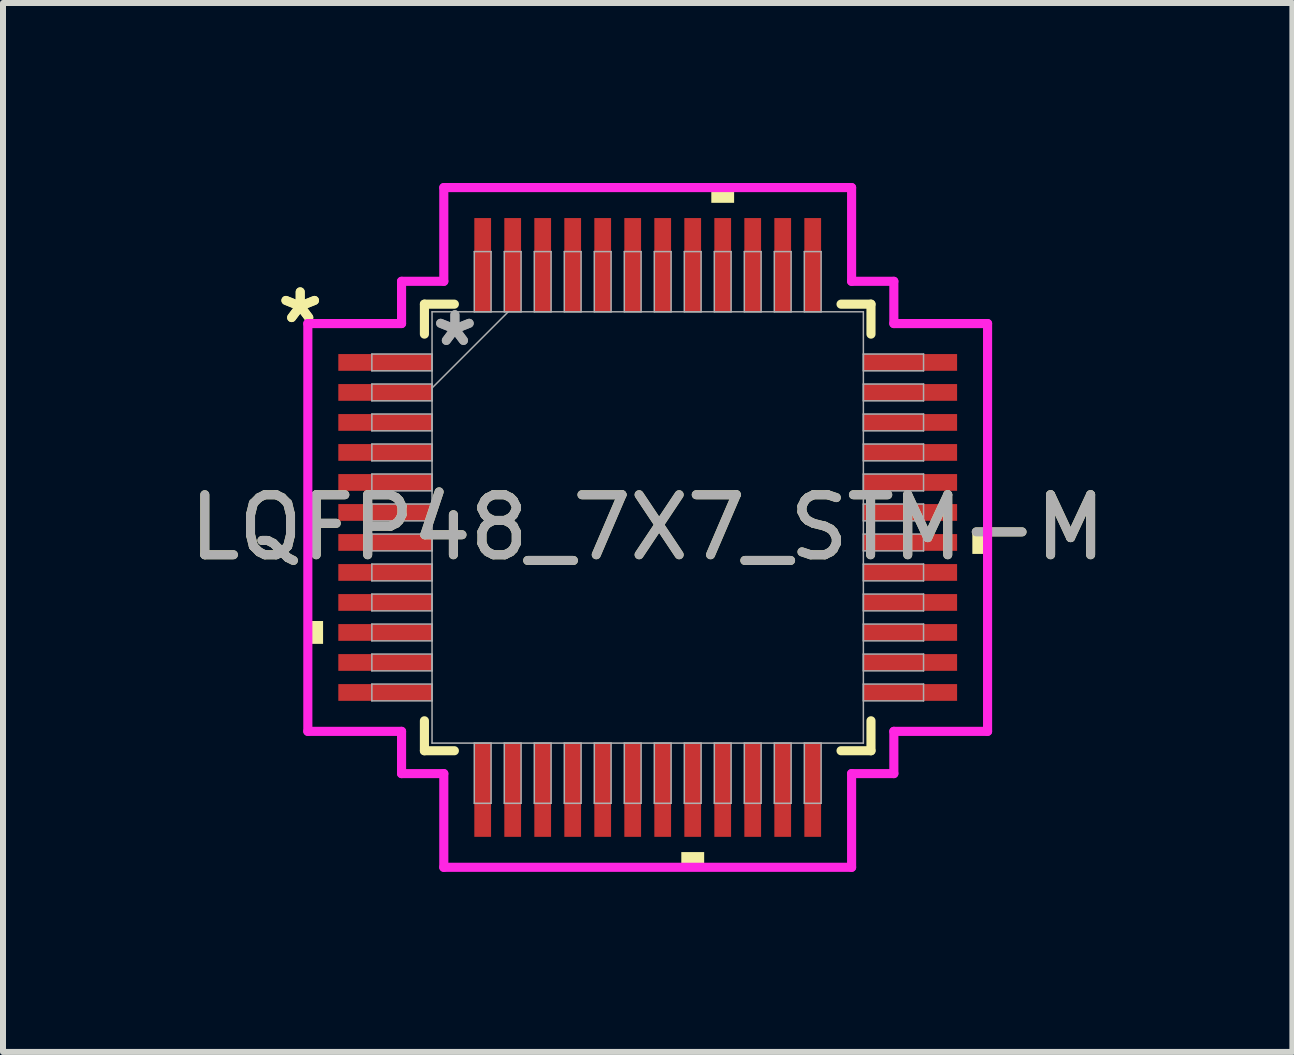
<source format=kicad_pcb>
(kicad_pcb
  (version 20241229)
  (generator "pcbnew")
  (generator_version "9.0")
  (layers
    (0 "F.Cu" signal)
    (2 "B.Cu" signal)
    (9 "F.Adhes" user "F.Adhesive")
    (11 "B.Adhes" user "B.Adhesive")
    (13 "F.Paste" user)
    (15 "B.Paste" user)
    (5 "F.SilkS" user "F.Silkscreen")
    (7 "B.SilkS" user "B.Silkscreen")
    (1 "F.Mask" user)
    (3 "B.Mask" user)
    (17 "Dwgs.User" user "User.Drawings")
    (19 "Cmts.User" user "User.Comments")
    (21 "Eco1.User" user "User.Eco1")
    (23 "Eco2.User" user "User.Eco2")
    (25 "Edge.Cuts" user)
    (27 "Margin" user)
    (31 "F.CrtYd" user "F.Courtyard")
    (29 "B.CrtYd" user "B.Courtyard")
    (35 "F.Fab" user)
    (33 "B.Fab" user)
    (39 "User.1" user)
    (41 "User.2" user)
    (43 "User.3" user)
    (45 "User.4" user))
  (footprint "LQFP48_7X7_STM-M"
    (layer "F.Cu")
    (at 7.744 5.74)
    (property "Reference" "LQFP48_7X7_STM-M" (at 0 0 0) (unlocked yes) (layer "F.SilkS") (effects (font (size 1 1) (thickness 0.15))))
    (attr smd)
    (fp_line (start -3.721 -3.721) (end -3.721 -3.222) (stroke (width 0.152) (type solid)) (layer "F.SilkS"))
    (fp_line (start -3.721 3.222) (end -3.721 3.721) (stroke (width 0.152) (type solid)) (layer "F.SilkS"))
    (fp_line (start -3.721 3.721) (end -3.222 3.721) (stroke (width 0.152) (type solid)) (layer "F.SilkS"))
    (fp_line (start -3.222 -3.721) (end -3.721 -3.721) (stroke (width 0.152) (type solid)) (layer "F.SilkS"))
    (fp_line (start 3.222 3.721) (end 3.721 3.721) (stroke (width 0.152) (type solid)) (layer "F.SilkS"))
    (fp_line (start 3.721 -3.721) (end 3.222 -3.721) (stroke (width 0.152) (type solid)) (layer "F.SilkS"))
    (fp_line (start 3.721 -3.222) (end 3.721 -3.721) (stroke (width 0.152) (type solid)) (layer "F.SilkS"))
    (fp_line (start 3.721 3.721) (end 3.721 3.222) (stroke (width 0.152) (type solid)) (layer "F.SilkS"))
    (fp_poly (pts (xy -5.664 1.559) (xy -5.664 1.94) (xy -5.41 1.94) (xy -5.41 1.559)) (stroke (width 0) (type solid)) (fill yes) (layer "F.SilkS"))
    (fp_poly (pts (xy 0.56 5.41) (xy 0.56 5.664) (xy 0.941 5.664) (xy 0.941 5.41)) (stroke (width 0) (type solid)) (fill yes) (layer "F.SilkS"))
    (fp_poly (pts (xy 1.06 -5.41) (xy 1.06 -5.664) (xy 1.44 -5.664) (xy 1.44 -5.41)) (stroke (width 0) (type solid)) (fill yes) (layer "F.SilkS"))
    (fp_poly (pts (xy 5.664 0.059) (xy 5.664 0.441) (xy 5.41 0.441) (xy 5.41 0.059)) (stroke (width 0) (type solid)) (fill yes) (layer "F.SilkS"))
    (fp_line (start -5.664 -3.398) (end -4.102 -3.398) (stroke (width 0.152) (type solid)) (layer "F.CrtYd"))
    (fp_line (start -5.664 3.398) (end -5.664 -3.398) (stroke (width 0.152) (type solid)) (layer "F.CrtYd"))
    (fp_line (start -4.102 -4.102) (end -3.398 -4.102) (stroke (width 0.152) (type solid)) (layer "F.CrtYd"))
    (fp_line (start -4.102 -3.398) (end -4.102 -4.102) (stroke (width 0.152) (type solid)) (layer "F.CrtYd"))
    (fp_line (start -4.102 3.398) (end -5.664 3.398) (stroke (width 0.152) (type solid)) (layer "F.CrtYd"))
    (fp_line (start -4.102 4.102) (end -4.102 3.398) (stroke (width 0.152) (type solid)) (layer "F.CrtYd"))
    (fp_line (start -4.102 4.102) (end -3.398 4.102) (stroke (width 0.152) (type solid)) (layer "F.CrtYd"))
    (fp_line (start -3.398 -5.664) (end 3.398 -5.664) (stroke (width 0.152) (type solid)) (layer "F.CrtYd"))
    (fp_line (start -3.398 -4.102) (end -3.398 -5.664) (stroke (width 0.152) (type solid)) (layer "F.CrtYd"))
    (fp_line (start -3.398 4.102) (end -3.398 5.664) (stroke (width 0.152) (type solid)) (layer "F.CrtYd"))
    (fp_line (start -3.398 5.664) (end 3.398 5.664) (stroke (width 0.152) (type solid)) (layer "F.CrtYd"))
    (fp_line (start 3.398 -5.664) (end 3.398 -4.102) (stroke (width 0.152) (type solid)) (layer "F.CrtYd"))
    (fp_line (start 3.398 -4.102) (end 4.102 -4.102) (stroke (width 0.152) (type solid)) (layer "F.CrtYd"))
    (fp_line (start 3.398 4.102) (end 4.102 4.102) (stroke (width 0.152) (type solid)) (layer "F.CrtYd"))
    (fp_line (start 3.398 5.664) (end 3.398 4.102) (stroke (width 0.152) (type solid)) (layer "F.CrtYd"))
    (fp_line (start 4.102 -3.398) (end 4.102 -4.102) (stroke (width 0.152) (type solid)) (layer "F.CrtYd"))
    (fp_line (start 4.102 3.398) (end 5.664 3.398) (stroke (width 0.152) (type solid)) (layer "F.CrtYd"))
    (fp_line (start 4.102 4.102) (end 4.102 3.398) (stroke (width 0.152) (type solid)) (layer "F.CrtYd"))
    (fp_line (start 5.664 -3.398) (end 4.102 -3.398) (stroke (width 0.152) (type solid)) (layer "F.CrtYd"))
    (fp_line (start 5.664 3.398) (end 5.664 -3.398) (stroke (width 0.152) (type solid)) (layer "F.CrtYd"))
    (fp_line (start -4.597 -2.89) (end -4.597 -2.61) (stroke (width 0.025) (type solid)) (layer "F.Fab"))
    (fp_line (start -4.597 -2.61) (end -3.594 -2.61) (stroke (width 0.025) (type solid)) (layer "F.Fab"))
    (fp_line (start -4.597 -2.39) (end -4.597 -2.11) (stroke (width 0.025) (type solid)) (layer "F.Fab"))
    (fp_line (start -4.597 -2.11) (end -3.594 -2.11) (stroke (width 0.025) (type solid)) (layer "F.Fab"))
    (fp_line (start -4.597 -1.89) (end -4.597 -1.61) (stroke (width 0.025) (type solid)) (layer "F.Fab"))
    (fp_line (start -4.597 -1.61) (end -3.594 -1.61) (stroke (width 0.025) (type solid)) (layer "F.Fab"))
    (fp_line (start -4.597 -1.39) (end -4.597 -1.11) (stroke (width 0.025) (type solid)) (layer "F.Fab"))
    (fp_line (start -4.597 -1.11) (end -3.594 -1.11) (stroke (width 0.025) (type solid)) (layer "F.Fab"))
    (fp_line (start -4.597 -0.89) (end -4.597 -0.61) (stroke (width 0.025) (type solid)) (layer "F.Fab"))
    (fp_line (start -4.597 -0.61) (end -3.594 -0.61) (stroke (width 0.025) (type solid)) (layer "F.Fab"))
    (fp_line (start -4.597 -0.39) (end -4.597 -0.11) (stroke (width 0.025) (type solid)) (layer "F.Fab"))
    (fp_line (start -4.597 -0.11) (end -3.594 -0.11) (stroke (width 0.025) (type solid)) (layer "F.Fab"))
    (fp_line (start -4.597 0.11) (end -4.597 0.39) (stroke (width 0.025) (type solid)) (layer "F.Fab"))
    (fp_line (start -4.597 0.39) (end -3.594 0.39) (stroke (width 0.025) (type solid)) (layer "F.Fab"))
    (fp_line (start -4.597 0.61) (end -4.597 0.89) (stroke (width 0.025) (type solid)) (layer "F.Fab"))
    (fp_line (start -4.597 0.89) (end -3.594 0.89) (stroke (width 0.025) (type solid)) (layer "F.Fab"))
    (fp_line (start -4.597 1.11) (end -4.597 1.39) (stroke (width 0.025) (type solid)) (layer "F.Fab"))
    (fp_line (start -4.597 1.39) (end -3.594 1.39) (stroke (width 0.025) (type solid)) (layer "F.Fab"))
    (fp_line (start -4.597 1.61) (end -4.597 1.89) (stroke (width 0.025) (type solid)) (layer "F.Fab"))
    (fp_line (start -4.597 1.89) (end -3.594 1.89) (stroke (width 0.025) (type solid)) (layer "F.Fab"))
    (fp_line (start -4.597 2.11) (end -4.597 2.39) (stroke (width 0.025) (type solid)) (layer "F.Fab"))
    (fp_line (start -4.597 2.39) (end -3.594 2.39) (stroke (width 0.025) (type solid)) (layer "F.Fab"))
    (fp_line (start -4.597 2.61) (end -4.597 2.89) (stroke (width 0.025) (type solid)) (layer "F.Fab"))
    (fp_line (start -4.597 2.89) (end -3.594 2.89) (stroke (width 0.025) (type solid)) (layer "F.Fab"))
    (fp_line (start -3.594 -3.594) (end -3.594 3.594) (stroke (width 0.025) (type solid)) (layer "F.Fab"))
    (fp_line (start -3.594 -2.89) (end -4.597 -2.89) (stroke (width 0.025) (type solid)) (layer "F.Fab"))
    (fp_line (start -3.594 -2.61) (end -3.594 -2.89) (stroke (width 0.025) (type solid)) (layer "F.Fab"))
    (fp_line (start -3.594 -2.39) (end -4.597 -2.39) (stroke (width 0.025) (type solid)) (layer "F.Fab"))
    (fp_line (start -3.594 -2.324) (end -2.324 -3.594) (stroke (width 0.025) (type solid)) (layer "F.Fab"))
    (fp_line (start -3.594 -2.11) (end -3.594 -2.39) (stroke (width 0.025) (type solid)) (layer "F.Fab"))
    (fp_line (start -3.594 -1.89) (end -4.597 -1.89) (stroke (width 0.025) (type solid)) (layer "F.Fab"))
    (fp_line (start -3.594 -1.61) (end -3.594 -1.89) (stroke (width 0.025) (type solid)) (layer "F.Fab"))
    (fp_line (start -3.594 -1.39) (end -4.597 -1.39) (stroke (width 0.025) (type solid)) (layer "F.Fab"))
    (fp_line (start -3.594 -1.11) (end -3.594 -1.39) (stroke (width 0.025) (type solid)) (layer "F.Fab"))
    (fp_line (start -3.594 -0.89) (end -4.597 -0.89) (stroke (width 0.025) (type solid)) (layer "F.Fab"))
    (fp_line (start -3.594 -0.61) (end -3.594 -0.89) (stroke (width 0.025) (type solid)) (layer "F.Fab"))
    (fp_line (start -3.594 -0.39) (end -4.597 -0.39) (stroke (width 0.025) (type solid)) (layer "F.Fab"))
    (fp_line (start -3.594 -0.11) (end -3.594 -0.39) (stroke (width 0.025) (type solid)) (layer "F.Fab"))
    (fp_line (start -3.594 0.11) (end -4.597 0.11) (stroke (width 0.025) (type solid)) (layer "F.Fab"))
    (fp_line (start -3.594 0.39) (end -3.594 0.11) (stroke (width 0.025) (type solid)) (layer "F.Fab"))
    (fp_line (start -3.594 0.61) (end -4.597 0.61) (stroke (width 0.025) (type solid)) (layer "F.Fab"))
    (fp_line (start -3.594 0.89) (end -3.594 0.61) (stroke (width 0.025) (type solid)) (layer "F.Fab"))
    (fp_line (start -3.594 1.11) (end -4.597 1.11) (stroke (width 0.025) (type solid)) (layer "F.Fab"))
    (fp_line (start -3.594 1.39) (end -3.594 1.11) (stroke (width 0.025) (type solid)) (layer "F.Fab"))
    (fp_line (start -3.594 1.61) (end -4.597 1.61) (stroke (width 0.025) (type solid)) (layer "F.Fab"))
    (fp_line (start -3.594 1.89) (end -3.594 1.61) (stroke (width 0.025) (type solid)) (layer "F.Fab"))
    (fp_line (start -3.594 2.11) (end -4.597 2.11) (stroke (width 0.025) (type solid)) (layer "F.Fab"))
    (fp_line (start -3.594 2.39) (end -3.594 2.11) (stroke (width 0.025) (type solid)) (layer "F.Fab"))
    (fp_line (start -3.594 2.61) (end -4.597 2.61) (stroke (width 0.025) (type solid)) (layer "F.Fab"))
    (fp_line (start -3.594 2.89) (end -3.594 2.61) (stroke (width 0.025) (type solid)) (layer "F.Fab"))
    (fp_line (start -3.594 3.594) (end 3.594 3.594) (stroke (width 0.025) (type solid)) (layer "F.Fab"))
    (fp_line (start -2.89 -4.597) (end -2.89 -3.594) (stroke (width 0.025) (type solid)) (layer "F.Fab"))
    (fp_line (start -2.89 -3.594) (end -2.61 -3.594) (stroke (width 0.025) (type solid)) (layer "F.Fab"))
    (fp_line (start -2.89 3.594) (end -2.89 4.597) (stroke (width 0.025) (type solid)) (layer "F.Fab"))
    (fp_line (start -2.89 4.597) (end -2.61 4.597) (stroke (width 0.025) (type solid)) (layer "F.Fab"))
    (fp_line (start -2.61 -4.597) (end -2.89 -4.597) (stroke (width 0.025) (type solid)) (layer "F.Fab"))
    (fp_line (start -2.61 -3.594) (end -2.61 -4.597) (stroke (width 0.025) (type solid)) (layer "F.Fab"))
    (fp_line (start -2.61 3.594) (end -2.89 3.594) (stroke (width 0.025) (type solid)) (layer "F.Fab"))
    (fp_line (start -2.61 4.597) (end -2.61 3.594) (stroke (width 0.025) (type solid)) (layer "F.Fab"))
    (fp_line (start -2.39 -4.597) (end -2.39 -3.594) (stroke (width 0.025) (type solid)) (layer "F.Fab"))
    (fp_line (start -2.39 -3.594) (end -2.11 -3.594) (stroke (width 0.025) (type solid)) (layer "F.Fab"))
    (fp_line (start -2.39 3.594) (end -2.39 4.597) (stroke (width 0.025) (type solid)) (layer "F.Fab"))
    (fp_line (start -2.39 4.597) (end -2.11 4.597) (stroke (width 0.025) (type solid)) (layer "F.Fab"))
    (fp_line (start -2.11 -4.597) (end -2.39 -4.597) (stroke (width 0.025) (type solid)) (layer "F.Fab"))
    (fp_line (start -2.11 -3.594) (end -2.11 -4.597) (stroke (width 0.025) (type solid)) (layer "F.Fab"))
    (fp_line (start -2.11 3.594) (end -2.39 3.594) (stroke (width 0.025) (type solid)) (layer "F.Fab"))
    (fp_line (start -2.11 4.597) (end -2.11 3.594) (stroke (width 0.025) (type solid)) (layer "F.Fab"))
    (fp_line (start -1.89 -4.597) (end -1.89 -3.594) (stroke (width 0.025) (type solid)) (layer "F.Fab"))
    (fp_line (start -1.89 -3.594) (end -1.61 -3.594) (stroke (width 0.025) (type solid)) (layer "F.Fab"))
    (fp_line (start -1.89 3.594) (end -1.89 4.597) (stroke (width 0.025) (type solid)) (layer "F.Fab"))
    (fp_line (start -1.89 4.597) (end -1.61 4.597) (stroke (width 0.025) (type solid)) (layer "F.Fab"))
    (fp_line (start -1.61 -4.597) (end -1.89 -4.597) (stroke (width 0.025) (type solid)) (layer "F.Fab"))
    (fp_line (start -1.61 -3.594) (end -1.61 -4.597) (stroke (width 0.025) (type solid)) (layer "F.Fab"))
    (fp_line (start -1.61 3.594) (end -1.89 3.594) (stroke (width 0.025) (type solid)) (layer "F.Fab"))
    (fp_line (start -1.61 4.597) (end -1.61 3.594) (stroke (width 0.025) (type solid)) (layer "F.Fab"))
    (fp_line (start -1.39 -4.597) (end -1.39 -3.594) (stroke (width 0.025) (type solid)) (layer "F.Fab"))
    (fp_line (start -1.39 -3.594) (end -1.11 -3.594) (stroke (width 0.025) (type solid)) (layer "F.Fab"))
    (fp_line (start -1.39 3.594) (end -1.39 4.597) (stroke (width 0.025) (type solid)) (layer "F.Fab"))
    (fp_line (start -1.39 4.597) (end -1.11 4.597) (stroke (width 0.025) (type solid)) (layer "F.Fab"))
    (fp_line (start -1.11 -4.597) (end -1.39 -4.597) (stroke (width 0.025) (type solid)) (layer "F.Fab"))
    (fp_line (start -1.11 -3.594) (end -1.11 -4.597) (stroke (width 0.025) (type solid)) (layer "F.Fab"))
    (fp_line (start -1.11 3.594) (end -1.39 3.594) (stroke (width 0.025) (type solid)) (layer "F.Fab"))
    (fp_line (start -1.11 4.597) (end -1.11 3.594) (stroke (width 0.025) (type solid)) (layer "F.Fab"))
    (fp_line (start -0.89 -4.597) (end -0.89 -3.594) (stroke (width 0.025) (type solid)) (layer "F.Fab"))
    (fp_line (start -0.89 -3.594) (end -0.61 -3.594) (stroke (width 0.025) (type solid)) (layer "F.Fab"))
    (fp_line (start -0.89 3.594) (end -0.89 4.597) (stroke (width 0.025) (type solid)) (layer "F.Fab"))
    (fp_line (start -0.89 4.597) (end -0.61 4.597) (stroke (width 0.025) (type solid)) (layer "F.Fab"))
    (fp_line (start -0.61 -4.597) (end -0.89 -4.597) (stroke (width 0.025) (type solid)) (layer "F.Fab"))
    (fp_line (start -0.61 -3.594) (end -0.61 -4.597) (stroke (width 0.025) (type solid)) (layer "F.Fab"))
    (fp_line (start -0.61 3.594) (end -0.89 3.594) (stroke (width 0.025) (type solid)) (layer "F.Fab"))
    (fp_line (start -0.61 4.597) (end -0.61 3.594) (stroke (width 0.025) (type solid)) (layer "F.Fab"))
    (fp_line (start -0.39 -4.597) (end -0.39 -3.594) (stroke (width 0.025) (type solid)) (layer "F.Fab"))
    (fp_line (start -0.39 -3.594) (end -0.11 -3.594) (stroke (width 0.025) (type solid)) (layer "F.Fab"))
    (fp_line (start -0.39 3.594) (end -0.39 4.597) (stroke (width 0.025) (type solid)) (layer "F.Fab"))
    (fp_line (start -0.39 4.597) (end -0.11 4.597) (stroke (width 0.025) (type solid)) (layer "F.Fab"))
    (fp_line (start -0.11 -4.597) (end -0.39 -4.597) (stroke (width 0.025) (type solid)) (layer "F.Fab"))
    (fp_line (start -0.11 -3.594) (end -0.11 -4.597) (stroke (width 0.025) (type solid)) (layer "F.Fab"))
    (fp_line (start -0.11 3.594) (end -0.39 3.594) (stroke (width 0.025) (type solid)) (layer "F.Fab"))
    (fp_line (start -0.11 4.597) (end -0.11 3.594) (stroke (width 0.025) (type solid)) (layer "F.Fab"))
    (fp_line (start 0.11 -4.597) (end 0.11 -3.594) (stroke (width 0.025) (type solid)) (layer "F.Fab"))
    (fp_line (start 0.11 -3.594) (end 0.39 -3.594) (stroke (width 0.025) (type solid)) (layer "F.Fab"))
    (fp_line (start 0.11 3.594) (end 0.11 4.597) (stroke (width 0.025) (type solid)) (layer "F.Fab"))
    (fp_line (start 0.11 4.597) (end 0.39 4.597) (stroke (width 0.025) (type solid)) (layer "F.Fab"))
    (fp_line (start 0.39 -4.597) (end 0.11 -4.597) (stroke (width 0.025) (type solid)) (layer "F.Fab"))
    (fp_line (start 0.39 -3.594) (end 0.39 -4.597) (stroke (width 0.025) (type solid)) (layer "F.Fab"))
    (fp_line (start 0.39 3.594) (end 0.11 3.594) (stroke (width 0.025) (type solid)) (layer "F.Fab"))
    (fp_line (start 0.39 4.597) (end 0.39 3.594) (stroke (width 0.025) (type solid)) (layer "F.Fab"))
    (fp_line (start 0.61 -4.597) (end 0.61 -3.594) (stroke (width 0.025) (type solid)) (layer "F.Fab"))
    (fp_line (start 0.61 -3.594) (end 0.89 -3.594) (stroke (width 0.025) (type solid)) (layer "F.Fab"))
    (fp_line (start 0.61 3.594) (end 0.61 4.597) (stroke (width 0.025) (type solid)) (layer "F.Fab"))
    (fp_line (start 0.61 4.597) (end 0.89 4.597) (stroke (width 0.025) (type solid)) (layer "F.Fab"))
    (fp_line (start 0.89 -4.597) (end 0.61 -4.597) (stroke (width 0.025) (type solid)) (layer "F.Fab"))
    (fp_line (start 0.89 -3.594) (end 0.89 -4.597) (stroke (width 0.025) (type solid)) (layer "F.Fab"))
    (fp_line (start 0.89 3.594) (end 0.61 3.594) (stroke (width 0.025) (type solid)) (layer "F.Fab"))
    (fp_line (start 0.89 4.597) (end 0.89 3.594) (stroke (width 0.025) (type solid)) (layer "F.Fab"))
    (fp_line (start 1.11 -4.597) (end 1.11 -3.594) (stroke (width 0.025) (type solid)) (layer "F.Fab"))
    (fp_line (start 1.11 -3.594) (end 1.39 -3.594) (stroke (width 0.025) (type solid)) (layer "F.Fab"))
    (fp_line (start 1.11 3.594) (end 1.11 4.597) (stroke (width 0.025) (type solid)) (layer "F.Fab"))
    (fp_line (start 1.11 4.597) (end 1.39 4.597) (stroke (width 0.025) (type solid)) (layer "F.Fab"))
    (fp_line (start 1.39 -4.597) (end 1.11 -4.597) (stroke (width 0.025) (type solid)) (layer "F.Fab"))
    (fp_line (start 1.39 -3.594) (end 1.39 -4.597) (stroke (width 0.025) (type solid)) (layer "F.Fab"))
    (fp_line (start 1.39 3.594) (end 1.11 3.594) (stroke (width 0.025) (type solid)) (layer "F.Fab"))
    (fp_line (start 1.39 4.597) (end 1.39 3.594) (stroke (width 0.025) (type solid)) (layer "F.Fab"))
    (fp_line (start 1.61 -4.597) (end 1.61 -3.594) (stroke (width 0.025) (type solid)) (layer "F.Fab"))
    (fp_line (start 1.61 -3.594) (end 1.89 -3.594) (stroke (width 0.025) (type solid)) (layer "F.Fab"))
    (fp_line (start 1.61 3.594) (end 1.61 4.597) (stroke (width 0.025) (type solid)) (layer "F.Fab"))
    (fp_line (start 1.61 4.597) (end 1.89 4.597) (stroke (width 0.025) (type solid)) (layer "F.Fab"))
    (fp_line (start 1.89 -4.597) (end 1.61 -4.597) (stroke (width 0.025) (type solid)) (layer "F.Fab"))
    (fp_line (start 1.89 -3.594) (end 1.89 -4.597) (stroke (width 0.025) (type solid)) (layer "F.Fab"))
    (fp_line (start 1.89 3.594) (end 1.61 3.594) (stroke (width 0.025) (type solid)) (layer "F.Fab"))
    (fp_line (start 1.89 4.597) (end 1.89 3.594) (stroke (width 0.025) (type solid)) (layer "F.Fab"))
    (fp_line (start 2.11 -4.597) (end 2.11 -3.594) (stroke (width 0.025) (type solid)) (layer "F.Fab"))
    (fp_line (start 2.11 -3.594) (end 2.39 -3.594) (stroke (width 0.025) (type solid)) (layer "F.Fab"))
    (fp_line (start 2.11 3.594) (end 2.11 4.597) (stroke (width 0.025) (type solid)) (layer "F.Fab"))
    (fp_line (start 2.11 4.597) (end 2.39 4.597) (stroke (width 0.025) (type solid)) (layer "F.Fab"))
    (fp_line (start 2.39 -4.597) (end 2.11 -4.597) (stroke (width 0.025) (type solid)) (layer "F.Fab"))
    (fp_line (start 2.39 -3.594) (end 2.39 -4.597) (stroke (width 0.025) (type solid)) (layer "F.Fab"))
    (fp_line (start 2.39 3.594) (end 2.11 3.594) (stroke (width 0.025) (type solid)) (layer "F.Fab"))
    (fp_line (start 2.39 4.597) (end 2.39 3.594) (stroke (width 0.025) (type solid)) (layer "F.Fab"))
    (fp_line (start 2.61 -4.597) (end 2.61 -3.594) (stroke (width 0.025) (type solid)) (layer "F.Fab"))
    (fp_line (start 2.61 -3.594) (end 2.89 -3.594) (stroke (width 0.025) (type solid)) (layer "F.Fab"))
    (fp_line (start 2.61 3.594) (end 2.61 4.597) (stroke (width 0.025) (type solid)) (layer "F.Fab"))
    (fp_line (start 2.61 4.597) (end 2.89 4.597) (stroke (width 0.025) (type solid)) (layer "F.Fab"))
    (fp_line (start 2.89 -4.597) (end 2.61 -4.597) (stroke (width 0.025) (type solid)) (layer "F.Fab"))
    (fp_line (start 2.89 -3.594) (end 2.89 -4.597) (stroke (width 0.025) (type solid)) (layer "F.Fab"))
    (fp_line (start 2.89 3.594) (end 2.61 3.594) (stroke (width 0.025) (type solid)) (layer "F.Fab"))
    (fp_line (start 2.89 4.597) (end 2.89 3.594) (stroke (width 0.025) (type solid)) (layer "F.Fab"))
    (fp_line (start 3.594 -3.594) (end -3.594 -3.594) (stroke (width 0.025) (type solid)) (layer "F.Fab"))
    (fp_line (start 3.594 -2.89) (end 3.594 -2.61) (stroke (width 0.025) (type solid)) (layer "F.Fab"))
    (fp_line (start 3.594 -2.61) (end 4.597 -2.61) (stroke (width 0.025) (type solid)) (layer "F.Fab"))
    (fp_line (start 3.594 -2.39) (end 3.594 -2.11) (stroke (width 0.025) (type solid)) (layer "F.Fab"))
    (fp_line (start 3.594 -2.11) (end 4.597 -2.11) (stroke (width 0.025) (type solid)) (layer "F.Fab"))
    (fp_line (start 3.594 -1.89) (end 3.594 -1.61) (stroke (width 0.025) (type solid)) (layer "F.Fab"))
    (fp_line (start 3.594 -1.61) (end 4.597 -1.61) (stroke (width 0.025) (type solid)) (layer "F.Fab"))
    (fp_line (start 3.594 -1.39) (end 3.594 -1.11) (stroke (width 0.025) (type solid)) (layer "F.Fab"))
    (fp_line (start 3.594 -1.11) (end 4.597 -1.11) (stroke (width 0.025) (type solid)) (layer "F.Fab"))
    (fp_line (start 3.594 -0.89) (end 3.594 -0.61) (stroke (width 0.025) (type solid)) (layer "F.Fab"))
    (fp_line (start 3.594 -0.61) (end 4.597 -0.61) (stroke (width 0.025) (type solid)) (layer "F.Fab"))
    (fp_line (start 3.594 -0.39) (end 3.594 -0.11) (stroke (width 0.025) (type solid)) (layer "F.Fab"))
    (fp_line (start 3.594 -0.11) (end 4.597 -0.11) (stroke (width 0.025) (type solid)) (layer "F.Fab"))
    (fp_line (start 3.594 0.11) (end 3.594 0.39) (stroke (width 0.025) (type solid)) (layer "F.Fab"))
    (fp_line (start 3.594 0.39) (end 4.597 0.39) (stroke (width 0.025) (type solid)) (layer "F.Fab"))
    (fp_line (start 3.594 0.61) (end 3.594 0.89) (stroke (width 0.025) (type solid)) (layer "F.Fab"))
    (fp_line (start 3.594 0.89) (end 4.597 0.89) (stroke (width 0.025) (type solid)) (layer "F.Fab"))
    (fp_line (start 3.594 1.11) (end 3.594 1.39) (stroke (width 0.025) (type solid)) (layer "F.Fab"))
    (fp_line (start 3.594 1.39) (end 4.597 1.39) (stroke (width 0.025) (type solid)) (layer "F.Fab"))
    (fp_line (start 3.594 1.61) (end 3.594 1.89) (stroke (width 0.025) (type solid)) (layer "F.Fab"))
    (fp_line (start 3.594 1.89) (end 4.597 1.89) (stroke (width 0.025) (type solid)) (layer "F.Fab"))
    (fp_line (start 3.594 2.11) (end 3.594 2.39) (stroke (width 0.025) (type solid)) (layer "F.Fab"))
    (fp_line (start 3.594 2.39) (end 4.597 2.39) (stroke (width 0.025) (type solid)) (layer "F.Fab"))
    (fp_line (start 3.594 2.61) (end 3.594 2.89) (stroke (width 0.025) (type solid)) (layer "F.Fab"))
    (fp_line (start 3.594 2.89) (end 4.597 2.89) (stroke (width 0.025) (type solid)) (layer "F.Fab"))
    (fp_line (start 3.594 3.594) (end 3.594 -3.594) (stroke (width 0.025) (type solid)) (layer "F.Fab"))
    (fp_line (start 4.597 -2.89) (end 3.594 -2.89) (stroke (width 0.025) (type solid)) (layer "F.Fab"))
    (fp_line (start 4.597 -2.61) (end 4.597 -2.89) (stroke (width 0.025) (type solid)) (layer "F.Fab"))
    (fp_line (start 4.597 -2.39) (end 3.594 -2.39) (stroke (width 0.025) (type solid)) (layer "F.Fab"))
    (fp_line (start 4.597 -2.11) (end 4.597 -2.39) (stroke (width 0.025) (type solid)) (layer "F.Fab"))
    (fp_line (start 4.597 -1.89) (end 3.594 -1.89) (stroke (width 0.025) (type solid)) (layer "F.Fab"))
    (fp_line (start 4.597 -1.61) (end 4.597 -1.89) (stroke (width 0.025) (type solid)) (layer "F.Fab"))
    (fp_line (start 4.597 -1.39) (end 3.594 -1.39) (stroke (width 0.025) (type solid)) (layer "F.Fab"))
    (fp_line (start 4.597 -1.11) (end 4.597 -1.39) (stroke (width 0.025) (type solid)) (layer "F.Fab"))
    (fp_line (start 4.597 -0.89) (end 3.594 -0.89) (stroke (width 0.025) (type solid)) (layer "F.Fab"))
    (fp_line (start 4.597 -0.61) (end 4.597 -0.89) (stroke (width 0.025) (type solid)) (layer "F.Fab"))
    (fp_line (start 4.597 -0.39) (end 3.594 -0.39) (stroke (width 0.025) (type solid)) (layer "F.Fab"))
    (fp_line (start 4.597 -0.11) (end 4.597 -0.39) (stroke (width 0.025) (type solid)) (layer "F.Fab"))
    (fp_line (start 4.597 0.11) (end 3.594 0.11) (stroke (width 0.025) (type solid)) (layer "F.Fab"))
    (fp_line (start 4.597 0.39) (end 4.597 0.11) (stroke (width 0.025) (type solid)) (layer "F.Fab"))
    (fp_line (start 4.597 0.61) (end 3.594 0.61) (stroke (width 0.025) (type solid)) (layer "F.Fab"))
    (fp_line (start 4.597 0.89) (end 4.597 0.61) (stroke (width 0.025) (type solid)) (layer "F.Fab"))
    (fp_line (start 4.597 1.11) (end 3.594 1.11) (stroke (width 0.025) (type solid)) (layer "F.Fab"))
    (fp_line (start 4.597 1.39) (end 4.597 1.11) (stroke (width 0.025) (type solid)) (layer "F.Fab"))
    (fp_line (start 4.597 1.61) (end 3.594 1.61) (stroke (width 0.025) (type solid)) (layer "F.Fab"))
    (fp_line (start 4.597 1.89) (end 4.597 1.61) (stroke (width 0.025) (type solid)) (layer "F.Fab"))
    (fp_line (start 4.597 2.11) (end 3.594 2.11) (stroke (width 0.025) (type solid)) (layer "F.Fab"))
    (fp_line (start 4.597 2.39) (end 4.597 2.11) (stroke (width 0.025) (type solid)) (layer "F.Fab"))
    (fp_line (start 4.597 2.61) (end 3.594 2.61) (stroke (width 0.025) (type solid)) (layer "F.Fab"))
    (fp_line (start 4.597 2.89) (end 4.597 2.61) (stroke (width 0.025) (type solid)) (layer "F.Fab"))
    (fp_text user "*" (at -5.791 -3.381 0) (layer "F.SilkS") (effects (font (size 1 1) (thickness 0.15))))
    (fp_text user "*" (at -5.791 -3.381 0) (unlocked yes) (layer "F.SilkS") (effects (font (size 1 1) (thickness 0.15))))
    (fp_text user "*" (at -3.213 -3 0) (unlocked yes) (layer "F.Fab") (effects (font (size 1 1) (thickness 0.15))))
    (fp_text user "${REFERENCE}" (at 0 0 0) (unlocked yes) (layer "F.Fab") (effects (font (size 1 1) (thickness 0.15))))
    (fp_text user "*" (at -3.213 -3 0) (layer "F.Fab") (effects (font (size 1 1) (thickness 0.15))))
    (pad "1" smd rect (at -4.375 -2.75 90) (size 0.279 1.562) (layers "F.Cu" "F.Mask" "F.Paste"))
    (pad "2" smd rect (at -4.375 -2.25 90) (size 0.279 1.562) (layers "F.Cu" "F.Mask" "F.Paste"))
    (pad "3" smd rect (at -4.375 -1.75 90) (size 0.279 1.562) (layers "F.Cu" "F.Mask" "F.Paste"))
    (pad "4" smd rect (at -4.375 -1.25 90) (size 0.279 1.562) (layers "F.Cu" "F.Mask" "F.Paste"))
    (pad "5" smd rect (at -4.375 -0.75 90) (size 0.279 1.562) (layers "F.Cu" "F.Mask" "F.Paste"))
    (pad "6" smd rect (at -4.375 -0.25 90) (size 0.279 1.562) (layers "F.Cu" "F.Mask" "F.Paste"))
    (pad "7" smd rect (at -4.375 0.25 90) (size 0.279 1.562) (layers "F.Cu" "F.Mask" "F.Paste"))
    (pad "8" smd rect (at -4.375 0.75 90) (size 0.279 1.562) (layers "F.Cu" "F.Mask" "F.Paste"))
    (pad "9" smd rect (at -4.375 1.25 90) (size 0.279 1.562) (layers "F.Cu" "F.Mask" "F.Paste"))
    (pad "10" smd rect (at -4.375 1.75 90) (size 0.279 1.562) (layers "F.Cu" "F.Mask" "F.Paste"))
    (pad "11" smd rect (at -4.375 2.25 90) (size 0.279 1.562) (layers "F.Cu" "F.Mask" "F.Paste"))
    (pad "12" smd rect (at -4.375 2.75 90) (size 0.279 1.562) (layers "F.Cu" "F.Mask" "F.Paste"))
    (pad "13" smd rect (at -2.75 4.375) (size 0.279 1.562) (layers "F.Cu" "F.Mask" "F.Paste"))
    (pad "14" smd rect (at -2.25 4.375) (size 0.279 1.562) (layers "F.Cu" "F.Mask" "F.Paste"))
    (pad "15" smd rect (at -1.75 4.375) (size 0.279 1.562) (layers "F.Cu" "F.Mask" "F.Paste"))
    (pad "16" smd rect (at -1.25 4.375) (size 0.279 1.562) (layers "F.Cu" "F.Mask" "F.Paste"))
    (pad "17" smd rect (at -0.75 4.375) (size 0.279 1.562) (layers "F.Cu" "F.Mask" "F.Paste"))
    (pad "18" smd rect (at -0.25 4.375) (size 0.279 1.562) (layers "F.Cu" "F.Mask" "F.Paste"))
    (pad "19" smd rect (at 0.25 4.375) (size 0.279 1.562) (layers "F.Cu" "F.Mask" "F.Paste"))
    (pad "20" smd rect (at 0.75 4.375) (size 0.279 1.562) (layers "F.Cu" "F.Mask" "F.Paste"))
    (pad "21" smd rect (at 1.25 4.375) (size 0.279 1.562) (layers "F.Cu" "F.Mask" "F.Paste"))
    (pad "22" smd rect (at 1.75 4.375) (size 0.279 1.562) (layers "F.Cu" "F.Mask" "F.Paste"))
    (pad "23" smd rect (at 2.25 4.375) (size 0.279 1.562) (layers "F.Cu" "F.Mask" "F.Paste"))
    (pad "24" smd rect (at 2.75 4.375) (size 0.279 1.562) (layers "F.Cu" "F.Mask" "F.Paste"))
    (pad "25" smd rect (at 4.375 2.75 90) (size 0.279 1.562) (layers "F.Cu" "F.Mask" "F.Paste"))
    (pad "26" smd rect (at 4.375 2.25 90) (size 0.279 1.562) (layers "F.Cu" "F.Mask" "F.Paste"))
    (pad "27" smd rect (at 4.375 1.75 90) (size 0.279 1.562) (layers "F.Cu" "F.Mask" "F.Paste"))
    (pad "28" smd rect (at 4.375 1.25 90) (size 0.279 1.562) (layers "F.Cu" "F.Mask" "F.Paste"))
    (pad "29" smd rect (at 4.375 0.75 90) (size 0.279 1.562) (layers "F.Cu" "F.Mask" "F.Paste"))
    (pad "30" smd rect (at 4.375 0.25 90) (size 0.279 1.562) (layers "F.Cu" "F.Mask" "F.Paste"))
    (pad "31" smd rect (at 4.375 -0.25 90) (size 0.279 1.562) (layers "F.Cu" "F.Mask" "F.Paste"))
    (pad "32" smd rect (at 4.375 -0.75 90) (size 0.279 1.562) (layers "F.Cu" "F.Mask" "F.Paste"))
    (pad "33" smd rect (at 4.375 -1.25 90) (size 0.279 1.562) (layers "F.Cu" "F.Mask" "F.Paste"))
    (pad "34" smd rect (at 4.375 -1.75 90) (size 0.279 1.562) (layers "F.Cu" "F.Mask" "F.Paste"))
    (pad "35" smd rect (at 4.375 -2.25 90) (size 0.279 1.562) (layers "F.Cu" "F.Mask" "F.Paste"))
    (pad "36" smd rect (at 4.375 -2.75 90) (size 0.279 1.562) (layers "F.Cu" "F.Mask" "F.Paste"))
    (pad "37" smd rect (at 2.75 -4.375) (size 0.279 1.562) (layers "F.Cu" "F.Mask" "F.Paste"))
    (pad "38" smd rect (at 2.25 -4.375) (size 0.279 1.562) (layers "F.Cu" "F.Mask" "F.Paste"))
    (pad "39" smd rect (at 1.75 -4.375) (size 0.279 1.562) (layers "F.Cu" "F.Mask" "F.Paste"))
    (pad "40" smd rect (at 1.25 -4.375) (size 0.279 1.562) (layers "F.Cu" "F.Mask" "F.Paste"))
    (pad "41" smd rect (at 0.75 -4.375) (size 0.279 1.562) (layers "F.Cu" "F.Mask" "F.Paste"))
    (pad "42" smd rect (at 0.25 -4.375) (size 0.279 1.562) (layers "F.Cu" "F.Mask" "F.Paste"))
    (pad "43" smd rect (at -0.25 -4.375) (size 0.279 1.562) (layers "F.Cu" "F.Mask" "F.Paste"))
    (pad "44" smd rect (at -0.75 -4.375) (size 0.279 1.562) (layers "F.Cu" "F.Mask" "F.Paste"))
    (pad "45" smd rect (at -1.25 -4.375) (size 0.279 1.562) (layers "F.Cu" "F.Mask" "F.Paste"))
    (pad "46" smd rect (at -1.75 -4.375) (size 0.279 1.562) (layers "F.Cu" "F.Mask" "F.Paste"))
    (pad "47" smd rect (at -2.25 -4.375) (size 0.279 1.562) (layers "F.Cu" "F.Mask" "F.Paste"))
    (pad "48" smd rect (at -2.75 -4.375) (size 0.279 1.562) (layers "F.Cu" "F.Mask" "F.Paste")))
  (gr_rect
    (start -3 -3)
    (end 18.488 14.481)
    (stroke (width 0.1) (type default))
    (fill no)
    (layer "Edge.Cuts")))
</source>
